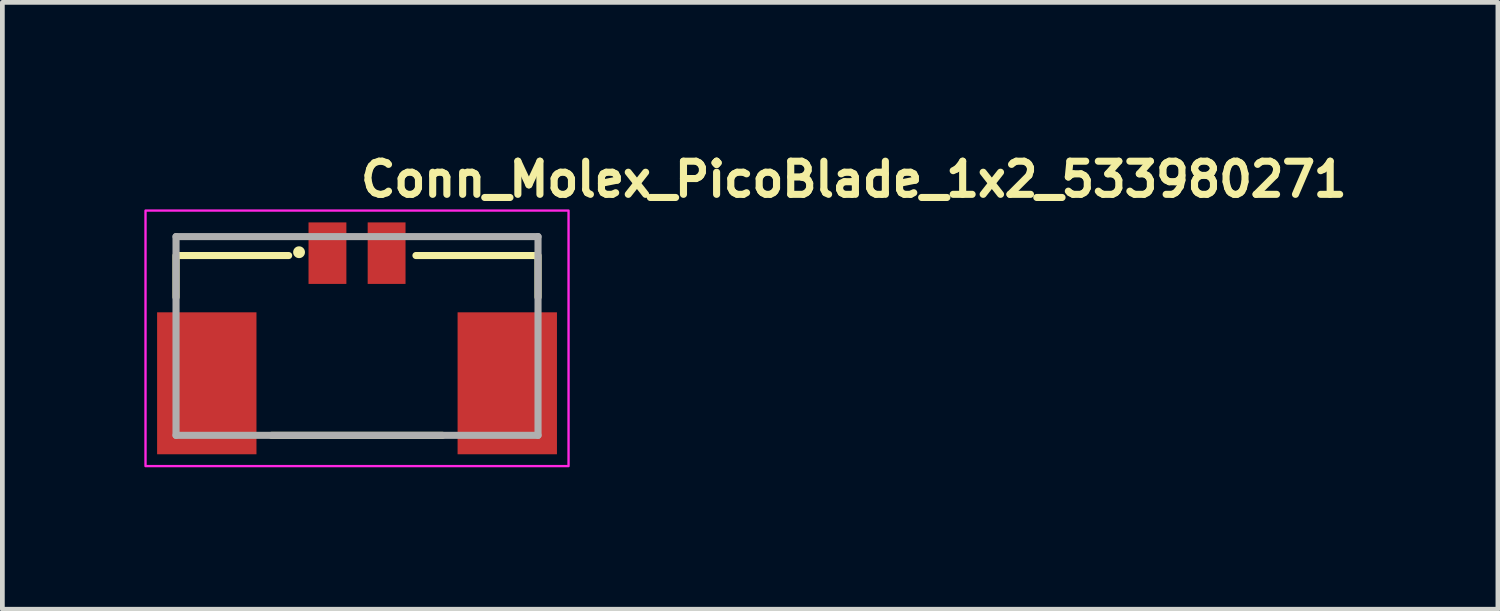
<source format=kicad_pcb>
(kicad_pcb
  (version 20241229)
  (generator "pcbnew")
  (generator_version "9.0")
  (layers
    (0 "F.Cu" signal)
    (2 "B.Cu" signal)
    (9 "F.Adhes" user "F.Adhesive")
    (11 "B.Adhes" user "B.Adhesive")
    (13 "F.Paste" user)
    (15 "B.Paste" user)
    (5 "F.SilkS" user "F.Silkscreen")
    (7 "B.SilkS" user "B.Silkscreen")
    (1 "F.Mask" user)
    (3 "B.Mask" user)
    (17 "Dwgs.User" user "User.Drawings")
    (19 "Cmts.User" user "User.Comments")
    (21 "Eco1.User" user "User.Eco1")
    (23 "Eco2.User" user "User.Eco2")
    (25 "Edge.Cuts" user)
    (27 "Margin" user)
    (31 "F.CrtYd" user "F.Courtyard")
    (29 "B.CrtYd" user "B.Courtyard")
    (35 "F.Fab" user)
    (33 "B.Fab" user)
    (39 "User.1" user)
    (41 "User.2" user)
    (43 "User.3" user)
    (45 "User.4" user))
  (footprint "Conn_Molex_PicoBlade_1x2_533980271"
    (layer "F.Cu")
    (at 4.495 4.05)
    (property "Reference" "Conn_Molex_PicoBlade_1x2_533980271" (at 0 -2.9 0) (layer "F.SilkS") (effects (font (size 0.7 0.7) (thickness 0.15)) (justify left bottom)))
    (attr smd)
    (fp_line (start -3.825 -0.82) (end -3.825 -1.7) (stroke (width 0.15) (type solid)) (layer "F.SilkS"))
    (fp_line (start -3.8 -1.7) (end -1.445 -1.7) (stroke (width 0.15) (type solid)) (layer "F.SilkS"))
    (fp_line (start -1.805 2.1) (end 1.805 2.1) (stroke (width 0.15) (type solid)) (layer "F.SilkS"))
    (fp_line (start 1.245 -1.7) (end 3.8 -1.7) (stroke (width 0.15) (type solid)) (layer "F.SilkS"))
    (fp_line (start 3.825 -1.7) (end 3.825 -0.82) (stroke (width 0.15) (type solid)) (layer "F.SilkS"))
    (fp_circle (center -1.225 -1.77) (end -1.175 -1.77) (stroke (width 0.15) (type solid)) (fill yes) (layer "F.SilkS"))
    (fp_rect (start -4.47 -2.65) (end 4.47 2.75) (stroke (width 0.05) (type solid)) (fill no) (layer "F.CrtYd"))
    (fp_line (start -3.825 -2.1) (end 3.825 -2.1) (stroke (width 0.15) (type solid)) (layer "F.Fab"))
    (fp_line (start -3.825 2.1) (end -3.825 -2.1) (stroke (width 0.15) (type solid)) (layer "F.Fab"))
    (fp_line (start 3.825 -2.1) (end 3.825 2.1) (stroke (width 0.15) (type solid)) (layer "F.Fab"))
    (fp_line (start 3.825 2.1) (end -3.825 2.1) (stroke (width 0.15) (type solid)) (layer "F.Fab"))
    (fp_rect (start -3.825 -2.1) (end 3.825 2.1) (stroke (width 0.1) (type solid)) (fill no) (layer "User.5"))
    (fp_line (start -3.825 1.9) (end -3.825 0.1) (stroke (width 0.02) (type solid)) (layer "User.9"))
    (fp_line (start -3.625 -0.1) (end -3.825 0.1) (stroke (width 0.02) (type solid)) (layer "User.9"))
    (fp_line (start -3.625 2.1) (end -3.825 1.9) (stroke (width 0.02) (type solid)) (layer "User.9"))
    (fp_line (start -3.625 2.1) (end -3.625 -0.7) (stroke (width 0.02) (type solid)) (layer "User.9"))
    (fp_line (start -2.325 -0.7) (end -3.625 -0.7) (stroke (width 0.02) (type solid)) (layer "User.9"))
    (fp_line (start -2.325 2.1) (end -3.625 2.1) (stroke (width 0.02) (type solid)) (layer "User.9"))
    (fp_line (start -2.325 2.1) (end -2.325 -0.7) (stroke (width 0.02) (type solid)) (layer "User.9"))
    (fp_line (start -2.125 -1.6) (end -2.125 -1.3) (stroke (width 0.02) (type solid)) (layer "User.9"))
    (fp_line (start -2.125 -0.7) (end -2.325 -0.7) (stroke (width 0.02) (type solid)) (layer "User.9"))
    (fp_line (start -2.125 -0.7) (end -2.125 -1.3) (stroke (width 0.02) (type solid)) (layer "User.9"))
    (fp_line (start -2.125 -0.7) (end -2.125 2.1) (stroke (width 0.02) (type solid)) (layer "User.9"))
    (fp_line (start -2.125 2.1) (end -2.325 2.1) (stroke (width 0.02) (type solid)) (layer "User.9"))
    (fp_line (start -2.125 2.1) (end -0.2 2.1) (stroke (width 0.02) (type solid)) (layer "User.9"))
    (fp_line (start -1.825 -0.7) (end -2.125 -0.7) (stroke (width 0.02) (type solid)) (layer "User.9"))
    (fp_line (start -1.825 -0.7) (end -1.825 0.15) (stroke (width 0.02) (type solid)) (layer "User.9"))
    (fp_line (start -1.825 -0.7) (end -1.525 -0.7) (stroke (width 0.02) (type solid)) (layer "User.9"))
    (fp_line (start -1.825 0.15) (end -1.825 0.9) (stroke (width 0.02) (type solid)) (layer "User.9"))
    (fp_line (start -1.825 0.15) (end -1.525 0.15) (stroke (width 0.02) (type solid)) (layer "User.9"))
    (fp_line (start -1.825 0.9) (end -1.825 2) (stroke (width 0.02) (type solid)) (layer "User.9"))
    (fp_line (start -1.825 0.9) (end -1.525 0.9) (stroke (width 0.02) (type solid)) (layer "User.9"))
    (fp_line (start -1.825 2) (end -1.525 1.7) (stroke (width 0.02) (type solid)) (layer "User.9"))
    (fp_line (start -1.825 2) (end -0.2 2) (stroke (width 0.02) (type solid)) (layer "User.9"))
    (fp_line (start -1.525 -0.7) (end -1.525 -1) (stroke (width 0.02) (type solid)) (layer "User.9"))
    (fp_line (start -1.525 -0.7) (end -1.525 0.15) (stroke (width 0.02) (type solid)) (layer "User.9"))
    (fp_line (start -1.525 0.9) (end -1.525 1.7) (stroke (width 0.02) (type solid)) (layer "User.9"))
    (fp_line (start -1.525 1.7) (end -0.2 1.7) (stroke (width 0.02) (type solid)) (layer "User.9"))
    (fp_line (start -1.175 -1.3) (end -2.125 -1.3) (stroke (width 0.02) (type solid)) (layer "User.9"))
    (fp_line (start -1.175 -1.3) (end -1.175 -1) (stroke (width 0.02) (type solid)) (layer "User.9"))
    (fp_line (start -1.175 -1) (end -1.525 -1) (stroke (width 0.02) (type solid)) (layer "User.9"))
    (fp_line (start -1.175 -0.7) (end -1.525 -0.7) (stroke (width 0.02) (type solid)) (layer "User.9"))
    (fp_line (start -1.175 -0.7) (end -1.175 -1) (stroke (width 0.02) (type solid)) (layer "User.9"))
    (fp_line (start -0.785 -2.1) (end -0.465 -2.1) (stroke (width 0.02) (type solid)) (layer "User.9"))
    (fp_line (start -0.785 -2) (end -0.785 -2.1) (stroke (width 0.02) (type solid)) (layer "User.9"))
    (fp_line (start -0.785 -2) (end -0.465 -2) (stroke (width 0.02) (type solid)) (layer "User.9"))
    (fp_line (start -0.785 -1.6) (end -0.785 -2) (stroke (width 0.02) (type solid)) (layer "User.9"))
    (fp_line (start -0.785 0.575) (end -0.785 1.375) (stroke (width 0.02) (type solid)) (layer "User.9"))
    (fp_line (start -0.785 0.575) (end -0.685 0.65) (stroke (width 0.02) (type solid)) (layer "User.9"))
    (fp_line (start -0.785 1.375) (end -0.685 1.25) (stroke (width 0.02) (type solid)) (layer "User.9"))
    (fp_line (start -0.785 1.375) (end -0.465 1.375) (stroke (width 0.02) (type solid)) (layer "User.9"))
    (fp_line (start -0.685 0.65) (end -0.685 1.25) (stroke (width 0.02) (type solid)) (layer "User.9"))
    (fp_line (start -0.685 1.25) (end -0.565 1.25) (stroke (width 0.02) (type solid)) (layer "User.9"))
    (fp_line (start -0.565 0.65) (end -0.685 0.65) (stroke (width 0.02) (type solid)) (layer "User.9"))
    (fp_line (start -0.565 1.25) (end -0.565 0.65) (stroke (width 0.02) (type solid)) (layer "User.9"))
    (fp_line (start -0.465 -2) (end -0.465 -2.1) (stroke (width 0.02) (type solid)) (layer "User.9"))
    (fp_line (start -0.465 -1.6) (end -0.465 -2) (stroke (width 0.02) (type solid)) (layer "User.9"))
    (fp_line (start -0.465 0.575) (end -0.785 0.575) (stroke (width 0.02) (type solid)) (layer "User.9"))
    (fp_line (start -0.465 0.575) (end -0.565 0.65) (stroke (width 0.02) (type solid)) (layer "User.9"))
    (fp_line (start -0.465 1.375) (end -0.565 1.25) (stroke (width 0.02) (type solid)) (layer "User.9"))
    (fp_line (start -0.465 1.375) (end -0.465 0.575) (stroke (width 0.02) (type solid)) (layer "User.9"))
    (fp_line (start -0.2 2) (end -0.2 1.7) (stroke (width 0.02) (type solid)) (layer "User.9"))
    (fp_line (start -0.2 2.1) (end -0.2 2) (stroke (width 0.02) (type solid)) (layer "User.9"))
    (fp_line (start 0.2 1.7) (end -0.2 1.7) (stroke (width 0.02) (type solid)) (layer "User.9"))
    (fp_line (start 0.2 1.7) (end 1.525 1.7) (stroke (width 0.02) (type solid)) (layer "User.9"))
    (fp_line (start 0.2 2) (end 0.2 1.7) (stroke (width 0.02) (type solid)) (layer "User.9"))
    (fp_line (start 0.2 2) (end 1.825 2) (stroke (width 0.02) (type solid)) (layer "User.9"))
    (fp_line (start 0.2 2.1) (end -0.2 2.1) (stroke (width 0.02) (type solid)) (layer "User.9"))
    (fp_line (start 0.2 2.1) (end 0.2 2) (stroke (width 0.02) (type solid)) (layer "User.9"))
    (fp_line (start 0.2 2.1) (end 2.125 2.1) (stroke (width 0.02) (type solid)) (layer "User.9"))
    (fp_line (start 0.465 -2.1) (end 0.785 -2.1) (stroke (width 0.02) (type solid)) (layer "User.9"))
    (fp_line (start 0.465 -2) (end 0.465 -2.1) (stroke (width 0.02) (type solid)) (layer "User.9"))
    (fp_line (start 0.465 -2) (end 0.785 -2) (stroke (width 0.02) (type solid)) (layer "User.9"))
    (fp_line (start 0.465 -1.6) (end 0.465 -2) (stroke (width 0.02) (type solid)) (layer "User.9"))
    (fp_line (start 0.465 0.575) (end 0.465 1.375) (stroke (width 0.02) (type solid)) (layer "User.9"))
    (fp_line (start 0.465 0.575) (end 0.565 0.65) (stroke (width 0.02) (type solid)) (layer "User.9"))
    (fp_line (start 0.465 1.375) (end 0.565 1.25) (stroke (width 0.02) (type solid)) (layer "User.9"))
    (fp_line (start 0.465 1.375) (end 0.785 1.375) (stroke (width 0.02) (type solid)) (layer "User.9"))
    (fp_line (start 0.565 0.65) (end 0.565 1.25) (stroke (width 0.02) (type solid)) (layer "User.9"))
    (fp_line (start 0.565 1.25) (end 0.685 1.25) (stroke (width 0.02) (type solid)) (layer "User.9"))
    (fp_line (start 0.685 0.65) (end 0.565 0.65) (stroke (width 0.02) (type solid)) (layer "User.9"))
    (fp_line (start 0.685 1.25) (end 0.685 0.65) (stroke (width 0.02) (type solid)) (layer "User.9"))
    (fp_line (start 0.785 -2) (end 0.785 -2.1) (stroke (width 0.02) (type solid)) (layer "User.9"))
    (fp_line (start 0.785 -1.6) (end 0.785 -2) (stroke (width 0.02) (type solid)) (layer "User.9"))
    (fp_line (start 0.785 0.575) (end 0.465 0.575) (stroke (width 0.02) (type solid)) (layer "User.9"))
    (fp_line (start 0.785 0.575) (end 0.685 0.65) (stroke (width 0.02) (type solid)) (layer "User.9"))
    (fp_line (start 0.785 1.375) (end 0.685 1.25) (stroke (width 0.02) (type solid)) (layer "User.9"))
    (fp_line (start 0.785 1.375) (end 0.785 0.575) (stroke (width 0.02) (type solid)) (layer "User.9"))
    (fp_line (start 1.175 -1.3) (end 2.125 -1.3) (stroke (width 0.02) (type solid)) (layer "User.9"))
    (fp_line (start 1.175 -1) (end 1.175 -1.3) (stroke (width 0.02) (type solid)) (layer "User.9"))
    (fp_line (start 1.175 -1) (end 1.525 -1) (stroke (width 0.02) (type solid)) (layer "User.9"))
    (fp_line (start 1.175 -0.7) (end 1.175 -1) (stroke (width 0.02) (type solid)) (layer "User.9"))
    (fp_line (start 1.175 -0.7) (end 1.525 -0.7) (stroke (width 0.02) (type solid)) (layer "User.9"))
    (fp_line (start 1.525 -0.7) (end 1.525 -1) (stroke (width 0.02) (type solid)) (layer "User.9"))
    (fp_line (start 1.525 0.15) (end 1.525 -0.7) (stroke (width 0.02) (type solid)) (layer "User.9"))
    (fp_line (start 1.525 1.7) (end 1.525 0.9) (stroke (width 0.02) (type solid)) (layer "User.9"))
    (fp_line (start 1.825 -0.7) (end 1.525 -0.7) (stroke (width 0.02) (type solid)) (layer "User.9"))
    (fp_line (start 1.825 0.15) (end 1.525 0.15) (stroke (width 0.02) (type solid)) (layer "User.9"))
    (fp_line (start 1.825 0.15) (end 1.825 -0.7) (stroke (width 0.02) (type solid)) (layer "User.9"))
    (fp_line (start 1.825 0.9) (end 1.525 0.9) (stroke (width 0.02) (type solid)) (layer "User.9"))
    (fp_line (start 1.825 0.9) (end 1.825 0.15) (stroke (width 0.02) (type solid)) (layer "User.9"))
    (fp_line (start 1.825 2) (end 1.525 1.7) (stroke (width 0.02) (type solid)) (layer "User.9"))
    (fp_line (start 1.825 2) (end 1.825 0.9) (stroke (width 0.02) (type solid)) (layer "User.9"))
    (fp_line (start 2.125 -1.6) (end -2.125 -1.6) (stroke (width 0.02) (type solid)) (layer "User.9"))
    (fp_line (start 2.125 -1.6) (end 2.125 -1.3) (stroke (width 0.02) (type solid)) (layer "User.9"))
    (fp_line (start 2.125 -0.7) (end 1.825 -0.7) (stroke (width 0.02) (type solid)) (layer "User.9"))
    (fp_line (start 2.125 -0.7) (end 2.125 -1.3) (stroke (width 0.02) (type solid)) (layer "User.9"))
    (fp_line (start 2.125 2.1) (end 2.125 -0.7) (stroke (width 0.02) (type solid)) (layer "User.9"))
    (fp_line (start 2.325 -0.7) (end 2.125 -0.7) (stroke (width 0.02) (type solid)) (layer "User.9"))
    (fp_line (start 2.325 2.1) (end 2.125 2.1) (stroke (width 0.02) (type solid)) (layer "User.9"))
    (fp_line (start 2.325 2.1) (end 2.325 -0.7) (stroke (width 0.02) (type solid)) (layer "User.9"))
    (fp_line (start 3.625 -0.7) (end 2.325 -0.7) (stroke (width 0.02) (type solid)) (layer "User.9"))
    (fp_line (start 3.625 -0.1) (end 3.825 0.1) (stroke (width 0.02) (type solid)) (layer "User.9"))
    (fp_line (start 3.625 2.1) (end 2.325 2.1) (stroke (width 0.02) (type solid)) (layer "User.9"))
    (fp_line (start 3.625 2.1) (end 3.625 -0.7) (stroke (width 0.02) (type solid)) (layer "User.9"))
    (fp_line (start 3.625 2.1) (end 3.825 1.9) (stroke (width 0.02) (type solid)) (layer "User.9"))
    (fp_line (start 3.825 1.9) (end 3.825 0.1) (stroke (width 0.02) (type solid)) (layer "User.9"))
    (pad "1" smd rect (at -0.625 -1.75 180) (size 0.8 1.3) (layers "F.Cu" "F.Mask" "F.Paste"))
    (pad "2" smd rect (at 0.625 -1.75 180) (size 0.8 1.3) (layers "F.Cu" "F.Mask" "F.Paste"))
    (pad "SH" smd rect (at -3.175 1 180) (size 2.1 3) (layers "F.Cu" "F.Mask" "F.Paste"))
    (pad "SH" smd rect (at 3.175 1 180) (size 2.1 3) (layers "F.Cu" "F.Mask" "F.Paste")))
  (gr_rect
    (start -3 -3)
    (end 28.605 9.825)
    (stroke (width 0.1) (type default))
    (fill no)
    (layer "Edge.Cuts")))
</source>
